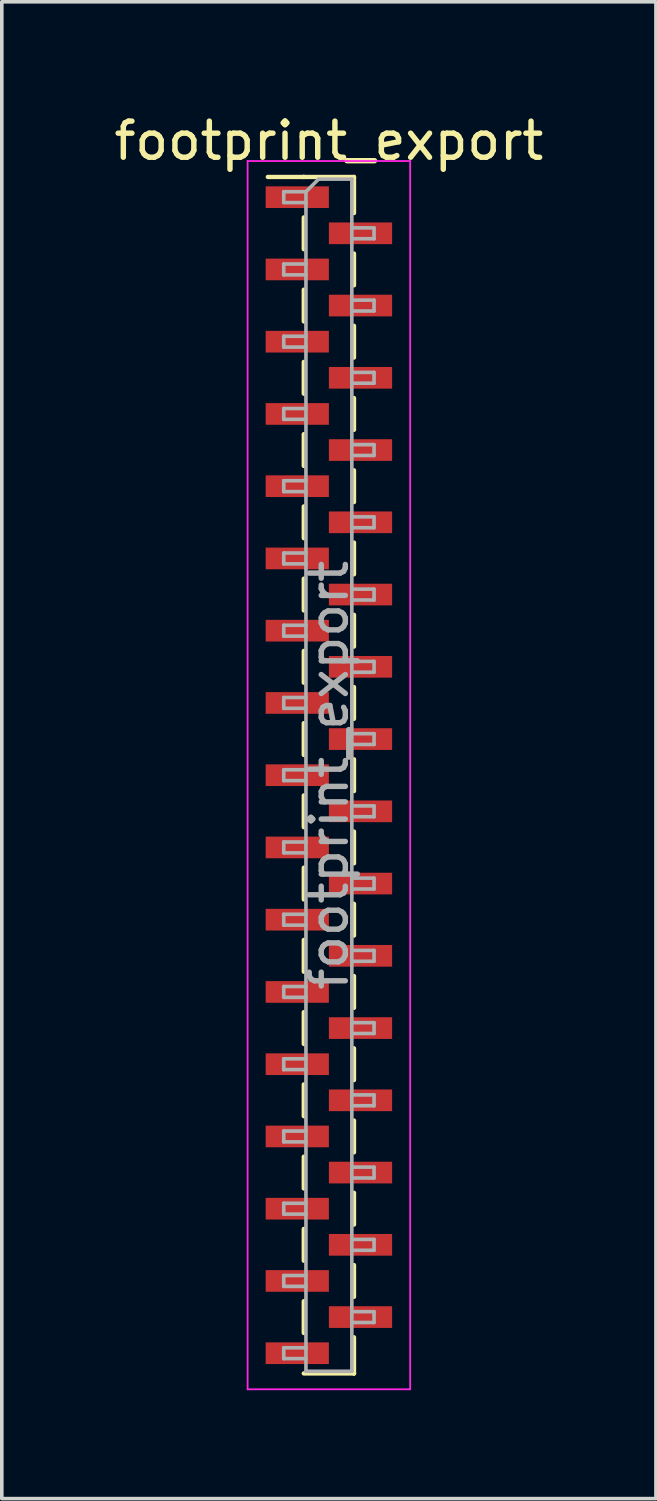
<source format=kicad_pcb>
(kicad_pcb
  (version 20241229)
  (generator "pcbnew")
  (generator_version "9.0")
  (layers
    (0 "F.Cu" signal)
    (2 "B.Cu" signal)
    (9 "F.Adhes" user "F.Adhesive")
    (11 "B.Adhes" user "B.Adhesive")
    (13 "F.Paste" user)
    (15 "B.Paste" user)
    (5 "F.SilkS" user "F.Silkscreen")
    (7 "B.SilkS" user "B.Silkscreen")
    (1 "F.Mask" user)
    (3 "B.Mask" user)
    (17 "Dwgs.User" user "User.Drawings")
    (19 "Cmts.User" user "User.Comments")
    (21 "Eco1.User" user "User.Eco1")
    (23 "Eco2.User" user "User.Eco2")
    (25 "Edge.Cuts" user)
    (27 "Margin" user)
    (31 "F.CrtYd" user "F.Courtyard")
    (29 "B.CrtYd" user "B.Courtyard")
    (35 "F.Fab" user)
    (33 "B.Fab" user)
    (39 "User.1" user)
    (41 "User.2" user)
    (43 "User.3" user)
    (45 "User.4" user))
  (footprint "footprint_export"
    (layer "F.Cu")
    (at 6.054 18.408)
    (property "Reference" "footprint_export" (at 0 -17.56 0) (layer "F.SilkS") (effects (font (size 1 1) (thickness 0.15))))
    (attr smd)
    (fp_line (start -0.695 -16.56) (end -1.69 -16.56) (stroke (width 0.12) (type solid)) (layer "F.SilkS"))
    (fp_line (start -0.695 -16.56) (end -0.695 -16.56) (stroke (width 0.12) (type solid)) (layer "F.SilkS"))
    (fp_line (start -0.695 -16.56) (end 0.695 -16.56) (stroke (width 0.12) (type solid)) (layer "F.SilkS"))
    (fp_line (start -0.695 -15.44) (end -0.695 -14.56) (stroke (width 0.12) (type solid)) (layer "F.SilkS"))
    (fp_line (start -0.695 -13.44) (end -0.695 -12.56) (stroke (width 0.12) (type solid)) (layer "F.SilkS"))
    (fp_line (start -0.695 -11.44) (end -0.695 -10.56) (stroke (width 0.12) (type solid)) (layer "F.SilkS"))
    (fp_line (start -0.695 -9.44) (end -0.695 -8.56) (stroke (width 0.12) (type solid)) (layer "F.SilkS"))
    (fp_line (start -0.695 -7.44) (end -0.695 -6.56) (stroke (width 0.12) (type solid)) (layer "F.SilkS"))
    (fp_line (start -0.695 -5.44) (end -0.695 -4.56) (stroke (width 0.12) (type solid)) (layer "F.SilkS"))
    (fp_line (start -0.695 -3.44) (end -0.695 -2.56) (stroke (width 0.12) (type solid)) (layer "F.SilkS"))
    (fp_line (start -0.695 -1.44) (end -0.695 -0.56) (stroke (width 0.12) (type solid)) (layer "F.SilkS"))
    (fp_line (start -0.695 0.56) (end -0.695 1.44) (stroke (width 0.12) (type solid)) (layer "F.SilkS"))
    (fp_line (start -0.695 2.56) (end -0.695 3.44) (stroke (width 0.12) (type solid)) (layer "F.SilkS"))
    (fp_line (start -0.695 4.56) (end -0.695 5.44) (stroke (width 0.12) (type solid)) (layer "F.SilkS"))
    (fp_line (start -0.695 6.56) (end -0.695 7.44) (stroke (width 0.12) (type solid)) (layer "F.SilkS"))
    (fp_line (start -0.695 8.56) (end -0.695 9.44) (stroke (width 0.12) (type solid)) (layer "F.SilkS"))
    (fp_line (start -0.695 10.56) (end -0.695 11.44) (stroke (width 0.12) (type solid)) (layer "F.SilkS"))
    (fp_line (start -0.695 12.56) (end -0.695 13.44) (stroke (width 0.12) (type solid)) (layer "F.SilkS"))
    (fp_line (start -0.695 14.56) (end -0.695 15.44) (stroke (width 0.12) (type solid)) (layer "F.SilkS"))
    (fp_line (start -0.695 16.56) (end 0.695 16.56) (stroke (width 0.12) (type solid)) (layer "F.SilkS"))
    (fp_line (start 0.695 -16.56) (end 0.695 -15.56) (stroke (width 0.12) (type solid)) (layer "F.SilkS"))
    (fp_line (start 0.695 -14.44) (end 0.695 -13.56) (stroke (width 0.12) (type solid)) (layer "F.SilkS"))
    (fp_line (start 0.695 -12.44) (end 0.695 -11.56) (stroke (width 0.12) (type solid)) (layer "F.SilkS"))
    (fp_line (start 0.695 -10.44) (end 0.695 -9.56) (stroke (width 0.12) (type solid)) (layer "F.SilkS"))
    (fp_line (start 0.695 -8.44) (end 0.695 -7.56) (stroke (width 0.12) (type solid)) (layer "F.SilkS"))
    (fp_line (start 0.695 -6.44) (end 0.695 -5.56) (stroke (width 0.12) (type solid)) (layer "F.SilkS"))
    (fp_line (start 0.695 -4.44) (end 0.695 -3.56) (stroke (width 0.12) (type solid)) (layer "F.SilkS"))
    (fp_line (start 0.695 -2.44) (end 0.695 -1.56) (stroke (width 0.12) (type solid)) (layer "F.SilkS"))
    (fp_line (start 0.695 -0.44) (end 0.695 0.44) (stroke (width 0.12) (type solid)) (layer "F.SilkS"))
    (fp_line (start 0.695 1.56) (end 0.695 2.44) (stroke (width 0.12) (type solid)) (layer "F.SilkS"))
    (fp_line (start 0.695 3.56) (end 0.695 4.44) (stroke (width 0.12) (type solid)) (layer "F.SilkS"))
    (fp_line (start 0.695 5.56) (end 0.695 6.44) (stroke (width 0.12) (type solid)) (layer "F.SilkS"))
    (fp_line (start 0.695 7.56) (end 0.695 8.44) (stroke (width 0.12) (type solid)) (layer "F.SilkS"))
    (fp_line (start 0.695 9.56) (end 0.695 10.44) (stroke (width 0.12) (type solid)) (layer "F.SilkS"))
    (fp_line (start 0.695 11.56) (end 0.695 12.44) (stroke (width 0.12) (type solid)) (layer "F.SilkS"))
    (fp_line (start 0.695 13.56) (end 0.695 14.44) (stroke (width 0.12) (type solid)) (layer "F.SilkS"))
    (fp_line (start 0.695 15.56) (end 0.695 16.56) (stroke (width 0.12) (type solid)) (layer "F.SilkS"))
    (fp_line (start 0.695 16.56) (end 0.695 16.56) (stroke (width 0.12) (type solid)) (layer "F.SilkS"))
    (fp_line (start -2.25 -17) (end -2.25 17) (stroke (width 0.05) (type solid)) (layer "F.CrtYd"))
    (fp_line (start -2.25 17) (end 2.25 17) (stroke (width 0.05) (type solid)) (layer "F.CrtYd"))
    (fp_line (start 2.25 -17) (end -2.25 -17) (stroke (width 0.05) (type solid)) (layer "F.CrtYd"))
    (fp_line (start 2.25 17) (end 2.25 -17) (stroke (width 0.05) (type solid)) (layer "F.CrtYd"))
    (fp_line (start -1.25 -16.15) (end -1.25 -15.85) (stroke (width 0.1) (type solid)) (layer "F.Fab"))
    (fp_line (start -1.25 -15.85) (end -0.635 -15.85) (stroke (width 0.1) (type solid)) (layer "F.Fab"))
    (fp_line (start -1.25 -14.15) (end -1.25 -13.85) (stroke (width 0.1) (type solid)) (layer "F.Fab"))
    (fp_line (start -1.25 -13.85) (end -0.635 -13.85) (stroke (width 0.1) (type solid)) (layer "F.Fab"))
    (fp_line (start -1.25 -12.15) (end -1.25 -11.85) (stroke (width 0.1) (type solid)) (layer "F.Fab"))
    (fp_line (start -1.25 -11.85) (end -0.635 -11.85) (stroke (width 0.1) (type solid)) (layer "F.Fab"))
    (fp_line (start -1.25 -10.15) (end -1.25 -9.85) (stroke (width 0.1) (type solid)) (layer "F.Fab"))
    (fp_line (start -1.25 -9.85) (end -0.635 -9.85) (stroke (width 0.1) (type solid)) (layer "F.Fab"))
    (fp_line (start -1.25 -8.15) (end -1.25 -7.85) (stroke (width 0.1) (type solid)) (layer "F.Fab"))
    (fp_line (start -1.25 -7.85) (end -0.635 -7.85) (stroke (width 0.1) (type solid)) (layer "F.Fab"))
    (fp_line (start -1.25 -6.15) (end -1.25 -5.85) (stroke (width 0.1) (type solid)) (layer "F.Fab"))
    (fp_line (start -1.25 -5.85) (end -0.635 -5.85) (stroke (width 0.1) (type solid)) (layer "F.Fab"))
    (fp_line (start -1.25 -4.15) (end -1.25 -3.85) (stroke (width 0.1) (type solid)) (layer "F.Fab"))
    (fp_line (start -1.25 -3.85) (end -0.635 -3.85) (stroke (width 0.1) (type solid)) (layer "F.Fab"))
    (fp_line (start -1.25 -2.15) (end -1.25 -1.85) (stroke (width 0.1) (type solid)) (layer "F.Fab"))
    (fp_line (start -1.25 -1.85) (end -0.635 -1.85) (stroke (width 0.1) (type solid)) (layer "F.Fab"))
    (fp_line (start -1.25 -0.15) (end -1.25 0.15) (stroke (width 0.1) (type solid)) (layer "F.Fab"))
    (fp_line (start -1.25 0.15) (end -0.635 0.15) (stroke (width 0.1) (type solid)) (layer "F.Fab"))
    (fp_line (start -1.25 1.85) (end -1.25 2.15) (stroke (width 0.1) (type solid)) (layer "F.Fab"))
    (fp_line (start -1.25 2.15) (end -0.635 2.15) (stroke (width 0.1) (type solid)) (layer "F.Fab"))
    (fp_line (start -1.25 3.85) (end -1.25 4.15) (stroke (width 0.1) (type solid)) (layer "F.Fab"))
    (fp_line (start -1.25 4.15) (end -0.635 4.15) (stroke (width 0.1) (type solid)) (layer "F.Fab"))
    (fp_line (start -1.25 5.85) (end -1.25 6.15) (stroke (width 0.1) (type solid)) (layer "F.Fab"))
    (fp_line (start -1.25 6.15) (end -0.635 6.15) (stroke (width 0.1) (type solid)) (layer "F.Fab"))
    (fp_line (start -1.25 7.85) (end -1.25 8.15) (stroke (width 0.1) (type solid)) (layer "F.Fab"))
    (fp_line (start -1.25 8.15) (end -0.635 8.15) (stroke (width 0.1) (type solid)) (layer "F.Fab"))
    (fp_line (start -1.25 9.85) (end -1.25 10.15) (stroke (width 0.1) (type solid)) (layer "F.Fab"))
    (fp_line (start -1.25 10.15) (end -0.635 10.15) (stroke (width 0.1) (type solid)) (layer "F.Fab"))
    (fp_line (start -1.25 11.85) (end -1.25 12.15) (stroke (width 0.1) (type solid)) (layer "F.Fab"))
    (fp_line (start -1.25 12.15) (end -0.635 12.15) (stroke (width 0.1) (type solid)) (layer "F.Fab"))
    (fp_line (start -1.25 13.85) (end -1.25 14.15) (stroke (width 0.1) (type solid)) (layer "F.Fab"))
    (fp_line (start -1.25 14.15) (end -0.635 14.15) (stroke (width 0.1) (type solid)) (layer "F.Fab"))
    (fp_line (start -1.25 15.85) (end -1.25 16.15) (stroke (width 0.1) (type solid)) (layer "F.Fab"))
    (fp_line (start -1.25 16.15) (end -0.635 16.15) (stroke (width 0.1) (type solid)) (layer "F.Fab"))
    (fp_line (start -0.635 -16.15) (end -1.25 -16.15) (stroke (width 0.1) (type solid)) (layer "F.Fab"))
    (fp_line (start -0.635 -16.15) (end -0.285 -16.5) (stroke (width 0.1) (type solid)) (layer "F.Fab"))
    (fp_line (start -0.635 -14.15) (end -1.25 -14.15) (stroke (width 0.1) (type solid)) (layer "F.Fab"))
    (fp_line (start -0.635 -12.15) (end -1.25 -12.15) (stroke (width 0.1) (type solid)) (layer "F.Fab"))
    (fp_line (start -0.635 -10.15) (end -1.25 -10.15) (stroke (width 0.1) (type solid)) (layer "F.Fab"))
    (fp_line (start -0.635 -8.15) (end -1.25 -8.15) (stroke (width 0.1) (type solid)) (layer "F.Fab"))
    (fp_line (start -0.635 -6.15) (end -1.25 -6.15) (stroke (width 0.1) (type solid)) (layer "F.Fab"))
    (fp_line (start -0.635 -4.15) (end -1.25 -4.15) (stroke (width 0.1) (type solid)) (layer "F.Fab"))
    (fp_line (start -0.635 -2.15) (end -1.25 -2.15) (stroke (width 0.1) (type solid)) (layer "F.Fab"))
    (fp_line (start -0.635 -0.15) (end -1.25 -0.15) (stroke (width 0.1) (type solid)) (layer "F.Fab"))
    (fp_line (start -0.635 1.85) (end -1.25 1.85) (stroke (width 0.1) (type solid)) (layer "F.Fab"))
    (fp_line (start -0.635 3.85) (end -1.25 3.85) (stroke (width 0.1) (type solid)) (layer "F.Fab"))
    (fp_line (start -0.635 5.85) (end -1.25 5.85) (stroke (width 0.1) (type solid)) (layer "F.Fab"))
    (fp_line (start -0.635 7.85) (end -1.25 7.85) (stroke (width 0.1) (type solid)) (layer "F.Fab"))
    (fp_line (start -0.635 9.85) (end -1.25 9.85) (stroke (width 0.1) (type solid)) (layer "F.Fab"))
    (fp_line (start -0.635 11.85) (end -1.25 11.85) (stroke (width 0.1) (type solid)) (layer "F.Fab"))
    (fp_line (start -0.635 13.85) (end -1.25 13.85) (stroke (width 0.1) (type solid)) (layer "F.Fab"))
    (fp_line (start -0.635 15.85) (end -1.25 15.85) (stroke (width 0.1) (type solid)) (layer "F.Fab"))
    (fp_line (start -0.635 16.5) (end -0.635 -16.15) (stroke (width 0.1) (type solid)) (layer "F.Fab"))
    (fp_line (start -0.285 -16.5) (end 0.635 -16.5) (stroke (width 0.1) (type solid)) (layer "F.Fab"))
    (fp_line (start 0.635 -16.5) (end 0.635 16.5) (stroke (width 0.1) (type solid)) (layer "F.Fab"))
    (fp_line (start 0.635 -15.15) (end 1.25 -15.15) (stroke (width 0.1) (type solid)) (layer "F.Fab"))
    (fp_line (start 0.635 -13.15) (end 1.25 -13.15) (stroke (width 0.1) (type solid)) (layer "F.Fab"))
    (fp_line (start 0.635 -11.15) (end 1.25 -11.15) (stroke (width 0.1) (type solid)) (layer "F.Fab"))
    (fp_line (start 0.635 -9.15) (end 1.25 -9.15) (stroke (width 0.1) (type solid)) (layer "F.Fab"))
    (fp_line (start 0.635 -7.15) (end 1.25 -7.15) (stroke (width 0.1) (type solid)) (layer "F.Fab"))
    (fp_line (start 0.635 -5.15) (end 1.25 -5.15) (stroke (width 0.1) (type solid)) (layer "F.Fab"))
    (fp_line (start 0.635 -3.15) (end 1.25 -3.15) (stroke (width 0.1) (type solid)) (layer "F.Fab"))
    (fp_line (start 0.635 -1.15) (end 1.25 -1.15) (stroke (width 0.1) (type solid)) (layer "F.Fab"))
    (fp_line (start 0.635 0.85) (end 1.25 0.85) (stroke (width 0.1) (type solid)) (layer "F.Fab"))
    (fp_line (start 0.635 2.85) (end 1.25 2.85) (stroke (width 0.1) (type solid)) (layer "F.Fab"))
    (fp_line (start 0.635 4.85) (end 1.25 4.85) (stroke (width 0.1) (type solid)) (layer "F.Fab"))
    (fp_line (start 0.635 6.85) (end 1.25 6.85) (stroke (width 0.1) (type solid)) (layer "F.Fab"))
    (fp_line (start 0.635 8.85) (end 1.25 8.85) (stroke (width 0.1) (type solid)) (layer "F.Fab"))
    (fp_line (start 0.635 10.85) (end 1.25 10.85) (stroke (width 0.1) (type solid)) (layer "F.Fab"))
    (fp_line (start 0.635 12.85) (end 1.25 12.85) (stroke (width 0.1) (type solid)) (layer "F.Fab"))
    (fp_line (start 0.635 14.85) (end 1.25 14.85) (stroke (width 0.1) (type solid)) (layer "F.Fab"))
    (fp_line (start 0.635 16.5) (end -0.635 16.5) (stroke (width 0.1) (type solid)) (layer "F.Fab"))
    (fp_line (start 1.25 -15.15) (end 1.25 -14.85) (stroke (width 0.1) (type solid)) (layer "F.Fab"))
    (fp_line (start 1.25 -14.85) (end 0.635 -14.85) (stroke (width 0.1) (type solid)) (layer "F.Fab"))
    (fp_line (start 1.25 -13.15) (end 1.25 -12.85) (stroke (width 0.1) (type solid)) (layer "F.Fab"))
    (fp_line (start 1.25 -12.85) (end 0.635 -12.85) (stroke (width 0.1) (type solid)) (layer "F.Fab"))
    (fp_line (start 1.25 -11.15) (end 1.25 -10.85) (stroke (width 0.1) (type solid)) (layer "F.Fab"))
    (fp_line (start 1.25 -10.85) (end 0.635 -10.85) (stroke (width 0.1) (type solid)) (layer "F.Fab"))
    (fp_line (start 1.25 -9.15) (end 1.25 -8.85) (stroke (width 0.1) (type solid)) (layer "F.Fab"))
    (fp_line (start 1.25 -8.85) (end 0.635 -8.85) (stroke (width 0.1) (type solid)) (layer "F.Fab"))
    (fp_line (start 1.25 -7.15) (end 1.25 -6.85) (stroke (width 0.1) (type solid)) (layer "F.Fab"))
    (fp_line (start 1.25 -6.85) (end 0.635 -6.85) (stroke (width 0.1) (type solid)) (layer "F.Fab"))
    (fp_line (start 1.25 -5.15) (end 1.25 -4.85) (stroke (width 0.1) (type solid)) (layer "F.Fab"))
    (fp_line (start 1.25 -4.85) (end 0.635 -4.85) (stroke (width 0.1) (type solid)) (layer "F.Fab"))
    (fp_line (start 1.25 -3.15) (end 1.25 -2.85) (stroke (width 0.1) (type solid)) (layer "F.Fab"))
    (fp_line (start 1.25 -2.85) (end 0.635 -2.85) (stroke (width 0.1) (type solid)) (layer "F.Fab"))
    (fp_line (start 1.25 -1.15) (end 1.25 -0.85) (stroke (width 0.1) (type solid)) (layer "F.Fab"))
    (fp_line (start 1.25 -0.85) (end 0.635 -0.85) (stroke (width 0.1) (type solid)) (layer "F.Fab"))
    (fp_line (start 1.25 0.85) (end 1.25 1.15) (stroke (width 0.1) (type solid)) (layer "F.Fab"))
    (fp_line (start 1.25 1.15) (end 0.635 1.15) (stroke (width 0.1) (type solid)) (layer "F.Fab"))
    (fp_line (start 1.25 2.85) (end 1.25 3.15) (stroke (width 0.1) (type solid)) (layer "F.Fab"))
    (fp_line (start 1.25 3.15) (end 0.635 3.15) (stroke (width 0.1) (type solid)) (layer "F.Fab"))
    (fp_line (start 1.25 4.85) (end 1.25 5.15) (stroke (width 0.1) (type solid)) (layer "F.Fab"))
    (fp_line (start 1.25 5.15) (end 0.635 5.15) (stroke (width 0.1) (type solid)) (layer "F.Fab"))
    (fp_line (start 1.25 6.85) (end 1.25 7.15) (stroke (width 0.1) (type solid)) (layer "F.Fab"))
    (fp_line (start 1.25 7.15) (end 0.635 7.15) (stroke (width 0.1) (type solid)) (layer "F.Fab"))
    (fp_line (start 1.25 8.85) (end 1.25 9.15) (stroke (width 0.1) (type solid)) (layer "F.Fab"))
    (fp_line (start 1.25 9.15) (end 0.635 9.15) (stroke (width 0.1) (type solid)) (layer "F.Fab"))
    (fp_line (start 1.25 10.85) (end 1.25 11.15) (stroke (width 0.1) (type solid)) (layer "F.Fab"))
    (fp_line (start 1.25 11.15) (end 0.635 11.15) (stroke (width 0.1) (type solid)) (layer "F.Fab"))
    (fp_line (start 1.25 12.85) (end 1.25 13.15) (stroke (width 0.1) (type solid)) (layer "F.Fab"))
    (fp_line (start 1.25 13.15) (end 0.635 13.15) (stroke (width 0.1) (type solid)) (layer "F.Fab"))
    (fp_line (start 1.25 14.85) (end 1.25 15.15) (stroke (width 0.1) (type solid)) (layer "F.Fab"))
    (fp_line (start 1.25 15.15) (end 0.635 15.15) (stroke (width 0.1) (type solid)) (layer "F.Fab"))
    (fp_text user "${REFERENCE}" (at 0 0 90) (layer "F.Fab") (effects (font (size 1 1) (thickness 0.15))))
    (pad "1" smd rect (at -0.875 -16) (size 1.75 0.6) (layers "F.Cu" "F.Mask" "F.Paste"))
    (pad "2" smd rect (at 0.875 -15) (size 1.75 0.6) (layers "F.Cu" "F.Mask" "F.Paste"))
    (pad "3" smd rect (at -0.875 -14) (size 1.75 0.6) (layers "F.Cu" "F.Mask" "F.Paste"))
    (pad "4" smd rect (at 0.875 -13) (size 1.75 0.6) (layers "F.Cu" "F.Mask" "F.Paste"))
    (pad "5" smd rect (at -0.875 -12) (size 1.75 0.6) (layers "F.Cu" "F.Mask" "F.Paste"))
    (pad "6" smd rect (at 0.875 -11) (size 1.75 0.6) (layers "F.Cu" "F.Mask" "F.Paste"))
    (pad "7" smd rect (at -0.875 -10) (size 1.75 0.6) (layers "F.Cu" "F.Mask" "F.Paste"))
    (pad "8" smd rect (at 0.875 -9) (size 1.75 0.6) (layers "F.Cu" "F.Mask" "F.Paste"))
    (pad "9" smd rect (at -0.875 -8) (size 1.75 0.6) (layers "F.Cu" "F.Mask" "F.Paste"))
    (pad "10" smd rect (at 0.875 -7) (size 1.75 0.6) (layers "F.Cu" "F.Mask" "F.Paste"))
    (pad "11" smd rect (at -0.875 -6) (size 1.75 0.6) (layers "F.Cu" "F.Mask" "F.Paste"))
    (pad "12" smd rect (at 0.875 -5) (size 1.75 0.6) (layers "F.Cu" "F.Mask" "F.Paste"))
    (pad "13" smd rect (at -0.875 -4) (size 1.75 0.6) (layers "F.Cu" "F.Mask" "F.Paste"))
    (pad "14" smd rect (at 0.875 -3) (size 1.75 0.6) (layers "F.Cu" "F.Mask" "F.Paste"))
    (pad "15" smd rect (at -0.875 -2) (size 1.75 0.6) (layers "F.Cu" "F.Mask" "F.Paste"))
    (pad "16" smd rect (at 0.875 -1) (size 1.75 0.6) (layers "F.Cu" "F.Mask" "F.Paste"))
    (pad "17" smd rect (at -0.875 0) (size 1.75 0.6) (layers "F.Cu" "F.Mask" "F.Paste"))
    (pad "18" smd rect (at 0.875 1) (size 1.75 0.6) (layers "F.Cu" "F.Mask" "F.Paste"))
    (pad "19" smd rect (at -0.875 2) (size 1.75 0.6) (layers "F.Cu" "F.Mask" "F.Paste"))
    (pad "20" smd rect (at 0.875 3) (size 1.75 0.6) (layers "F.Cu" "F.Mask" "F.Paste"))
    (pad "21" smd rect (at -0.875 4) (size 1.75 0.6) (layers "F.Cu" "F.Mask" "F.Paste"))
    (pad "22" smd rect (at 0.875 5) (size 1.75 0.6) (layers "F.Cu" "F.Mask" "F.Paste"))
    (pad "23" smd rect (at -0.875 6) (size 1.75 0.6) (layers "F.Cu" "F.Mask" "F.Paste"))
    (pad "24" smd rect (at 0.875 7) (size 1.75 0.6) (layers "F.Cu" "F.Mask" "F.Paste"))
    (pad "25" smd rect (at -0.875 8) (size 1.75 0.6) (layers "F.Cu" "F.Mask" "F.Paste"))
    (pad "26" smd rect (at 0.875 9) (size 1.75 0.6) (layers "F.Cu" "F.Mask" "F.Paste"))
    (pad "27" smd rect (at -0.875 10) (size 1.75 0.6) (layers "F.Cu" "F.Mask" "F.Paste"))
    (pad "28" smd rect (at 0.875 11) (size 1.75 0.6) (layers "F.Cu" "F.Mask" "F.Paste"))
    (pad "29" smd rect (at -0.875 12) (size 1.75 0.6) (layers "F.Cu" "F.Mask" "F.Paste"))
    (pad "30" smd rect (at 0.875 13) (size 1.75 0.6) (layers "F.Cu" "F.Mask" "F.Paste"))
    (pad "31" smd rect (at -0.875 14) (size 1.75 0.6) (layers "F.Cu" "F.Mask" "F.Paste"))
    (pad "32" smd rect (at 0.875 15) (size 1.75 0.6) (layers "F.Cu" "F.Mask" "F.Paste"))
    (pad "33" smd rect (at -0.875 16) (size 1.75 0.6) (layers "F.Cu" "F.Mask" "F.Paste")))
  (gr_rect
    (start -3 -3)
    (end 15.107 38.433)
    (stroke (width 0.1) (type default))
    (fill no)
    (layer "Edge.Cuts")))
</source>
